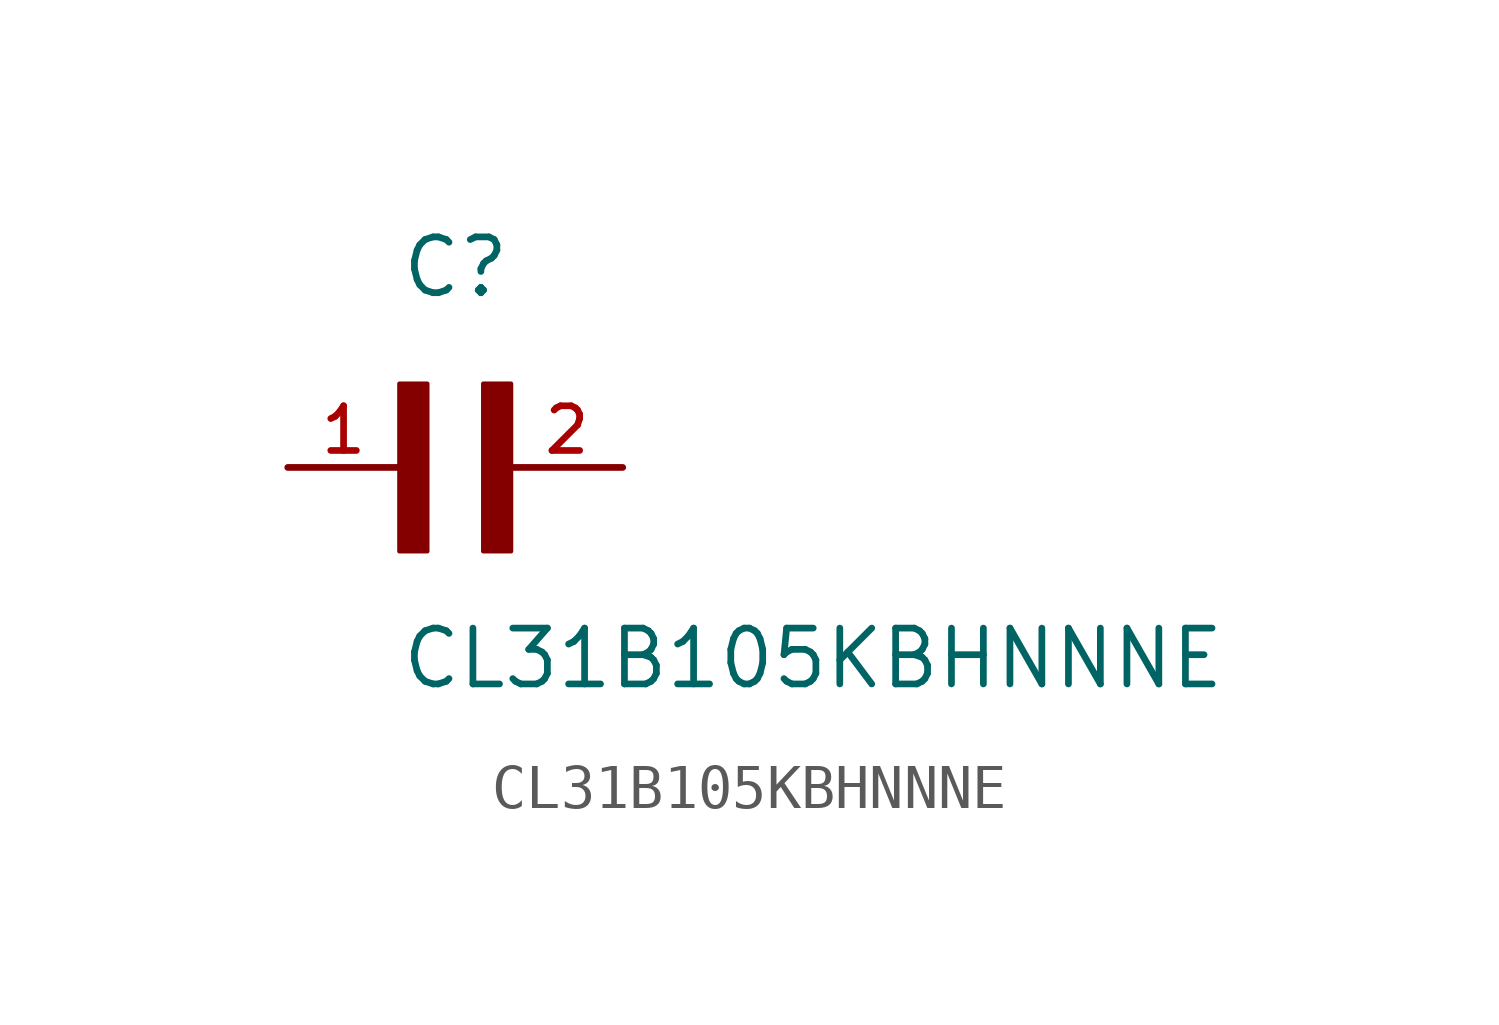
<source format=kicad_sym>
(kicad_symbol_lib
  (version 20211014)
  (generator kicad_symbol_editor)
  (symbol "CL31B105KBHNNNE"
    (pin_names
      (offset 1.016))
    (property "Reference" "C"
      (at 0.0 3.811 0)
      (effects (font (size 1.27 1.27)) (justify bottom left)))
    (property "Value" "CL31B105KBHNNNE"
      (at 0.0 -5.088 0)
      (effects (font (size 1.27 1.27)) (justify bottom left)))
    (symbol "CL31B105KBHNNNE_0_0"
      (rectangle (start 0.0 -1.907) (end 0.635 1.905) (stroke (width 0.1)) (fill (type outline)))
      (rectangle (start 1.907 -1.907) (end 2.54 1.905) (stroke (width 0.1)) (fill (type outline)))
      (pin passive line (at -2.54 0.0 0) (length 2.54) (name "~" (effects (font (size 1.016 1.016)))) (number "1" (effects (font (size 1.016 1.016)))))
      (pin passive line (at 5.08 0.0 180.0) (length 2.54) (name "~" (effects (font (size 1.016 1.016)))) (number "2" (effects (font (size 1.016 1.016))))))))
</source>
